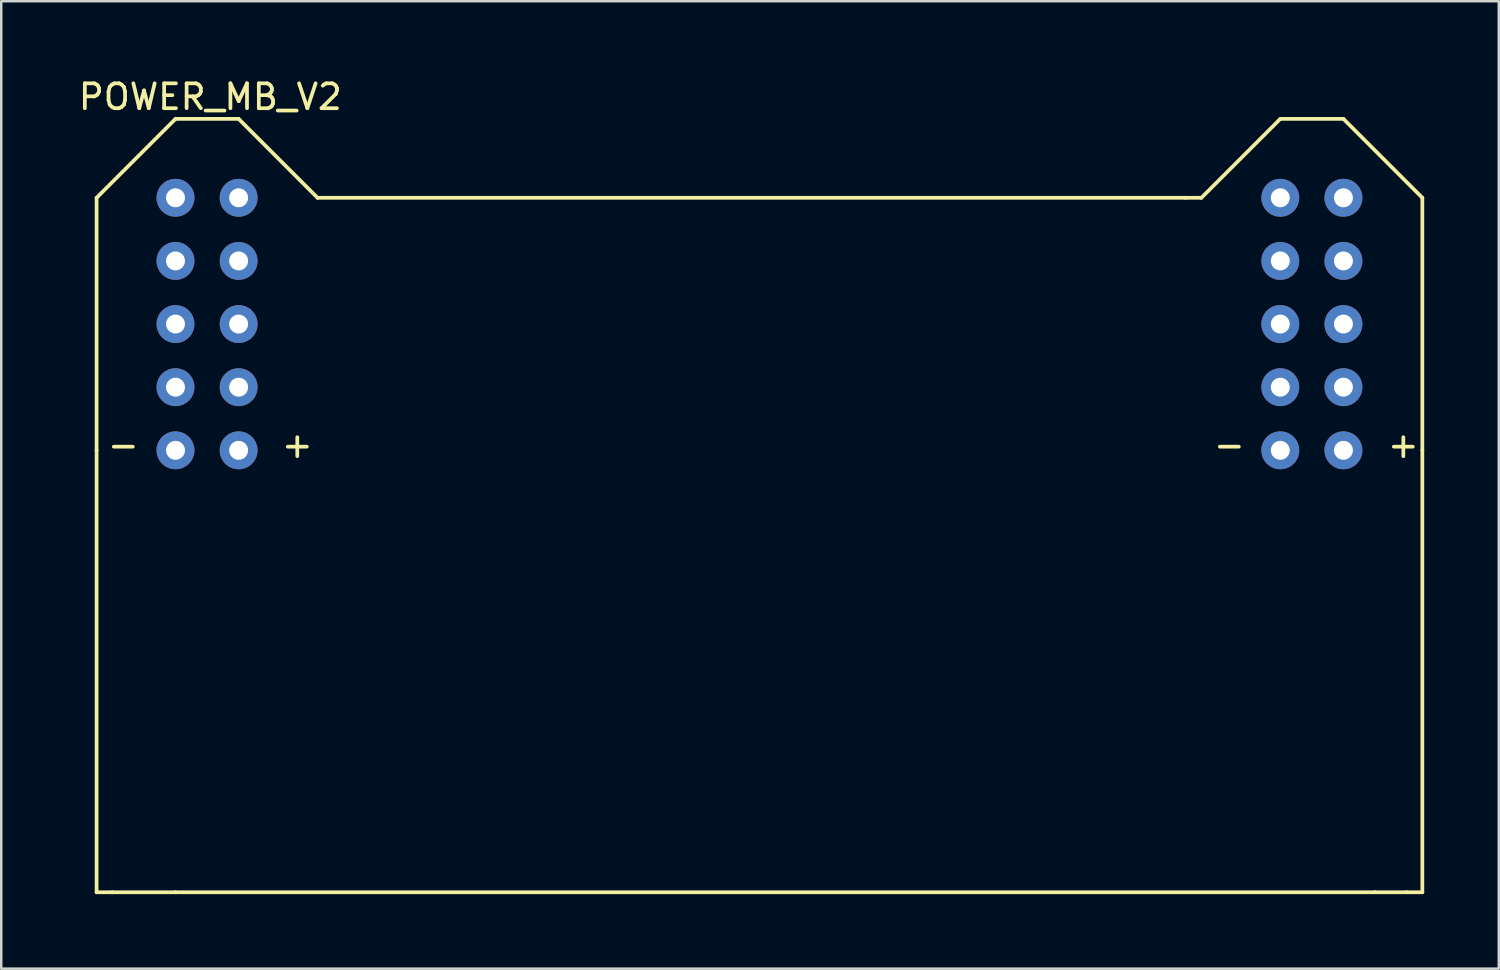
<source format=kicad_pcb>
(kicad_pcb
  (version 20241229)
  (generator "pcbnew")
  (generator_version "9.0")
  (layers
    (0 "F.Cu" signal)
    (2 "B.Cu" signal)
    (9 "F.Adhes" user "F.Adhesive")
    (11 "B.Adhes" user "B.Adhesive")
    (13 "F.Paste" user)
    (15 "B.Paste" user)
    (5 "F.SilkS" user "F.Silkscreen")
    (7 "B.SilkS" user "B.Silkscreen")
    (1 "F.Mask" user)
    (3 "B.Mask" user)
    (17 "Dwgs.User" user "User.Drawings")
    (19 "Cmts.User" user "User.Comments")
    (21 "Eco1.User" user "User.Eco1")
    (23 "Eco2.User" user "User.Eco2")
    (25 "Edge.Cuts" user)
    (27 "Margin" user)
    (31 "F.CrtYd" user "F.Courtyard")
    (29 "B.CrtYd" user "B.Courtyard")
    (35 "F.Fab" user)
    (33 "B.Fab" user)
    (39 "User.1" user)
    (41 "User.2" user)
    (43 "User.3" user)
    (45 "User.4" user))
  (footprint "POWER_MB_V2"
    (layer "F.Cu")
    (at 26.871 9.988)
    (property "Reference" "POWER_MB_V2" (at -21.46 -9.14 0) (layer "F.SilkS") (effects (font (size 1 1) (thickness 0.15))))
    (attr through_hole)
    (fp_line (start -26.035 -5.08) (end -26.035 5.08) (stroke (width 0.15) (type solid)) (layer "F.SilkS"))
    (fp_line (start -26.035 -5.08) (end -22.86 -8.255) (stroke (width 0.15) (type solid)) (layer "F.SilkS"))
    (fp_line (start -26.035 5.08) (end -26.035 22.86) (stroke (width 0.15) (type solid)) (layer "F.SilkS"))
    (fp_line (start -26.035 22.86) (end -25.4 22.86) (stroke (width 0.15) (type solid)) (layer "F.SilkS"))
    (fp_line (start -25.4 22.86) (end -22.86 22.86) (stroke (width 0.15) (type solid)) (layer "F.SilkS"))
    (fp_line (start -22.86 22.86) (end 25.4 22.86) (stroke (width 0.15) (type solid)) (layer "F.SilkS"))
    (fp_line (start -20.32 -8.255) (end -22.86 -8.255) (stroke (width 0.15) (type solid)) (layer "F.SilkS"))
    (fp_line (start -20.32 -8.255) (end -17.145 -5.08) (stroke (width 0.15) (type solid)) (layer "F.SilkS"))
    (fp_line (start -17.145 -5.08) (end 17.78 -5.08) (stroke (width 0.15) (type solid)) (layer "F.SilkS"))
    (fp_line (start 17.78 -5.08) (end 18.415 -5.08) (stroke (width 0.15) (type solid)) (layer "F.SilkS"))
    (fp_line (start 21.59 -8.255) (end 18.415 -5.08) (stroke (width 0.15) (type solid)) (layer "F.SilkS"))
    (fp_line (start 21.59 -8.255) (end 24.13 -8.255) (stroke (width 0.15) (type solid)) (layer "F.SilkS"))
    (fp_line (start 25.4 22.86) (end 26.67 22.86) (stroke (width 0.15) (type solid)) (layer "F.SilkS"))
    (fp_line (start 26.67 22.86) (end 27.305 22.86) (stroke (width 0.15) (type solid)) (layer "F.SilkS"))
    (fp_line (start 27.305 -5.08) (end 24.13 -8.255) (stroke (width 0.15) (type solid)) (layer "F.SilkS"))
    (fp_line (start 27.305 -5.08) (end 27.305 5.08) (stroke (width 0.15) (type solid)) (layer "F.SilkS"))
    (fp_line (start 27.305 5.08) (end 27.305 22.86) (stroke (width 0.15) (type solid)) (layer "F.SilkS"))
    (fp_text user "+" (at 26.54 4.86 0) (layer "F.SilkS") (effects (font (size 1 1) (thickness 0.15))))
    (fp_text user "+" (at -17.96 4.86 0) (layer "F.SilkS") (effects (font (size 1 1) (thickness 0.15))))
    (fp_text user "-" (at 19.54 4.86 0) (layer "F.SilkS") (effects (font (size 1 1) (thickness 0.15))))
    (fp_text user "-" (at -24.96 4.86 0) (layer "F.SilkS") (effects (font (size 1 1) (thickness 0.15))))
    (pad "1" thru_hole circle (at -22.86 -5.08) (size 1.524 1.524) (drill 0.762) (layers "*.Cu" "*.Mask"))
    (pad "2" thru_hole circle (at -20.32 -5.08) (size 1.524 1.524) (drill 0.762) (layers "*.Cu" "*.Mask"))
    (pad "3" thru_hole circle (at -22.86 -2.54) (size 1.524 1.524) (drill 0.762) (layers "*.Cu" "*.Mask"))
    (pad "4" thru_hole circle (at -20.32 -2.54) (size 1.524 1.524) (drill 0.762) (layers "*.Cu" "*.Mask"))
    (pad "5" thru_hole circle (at -22.86 0) (size 1.524 1.524) (drill 0.762) (layers "*.Cu" "*.Mask"))
    (pad "6" thru_hole circle (at -20.32 0) (size 1.524 1.524) (drill 0.762) (layers "*.Cu" "*.Mask"))
    (pad "7" thru_hole circle (at -22.86 2.54) (size 1.524 1.524) (drill 0.762) (layers "*.Cu" "*.Mask"))
    (pad "8" thru_hole circle (at -20.32 2.54) (size 1.524 1.524) (drill 0.762) (layers "*.Cu" "*.Mask"))
    (pad "9" thru_hole circle (at -22.86 5.08) (size 1.524 1.524) (drill 0.762) (layers "*.Cu" "*.Mask"))
    (pad "10" thru_hole circle (at -20.32 5.08) (size 1.524 1.524) (drill 0.762) (layers "*.Cu" "*.Mask"))
    (pad "11" thru_hole circle (at 21.59 -5.08) (size 1.524 1.524) (drill 0.762) (layers "*.Cu" "*.Mask"))
    (pad "12" thru_hole circle (at 24.13 -5.08) (size 1.524 1.524) (drill 0.762) (layers "*.Cu" "*.Mask"))
    (pad "13" thru_hole circle (at 21.59 -2.54) (size 1.524 1.524) (drill 0.762) (layers "*.Cu" "*.Mask"))
    (pad "14" thru_hole circle (at 24.13 -2.54) (size 1.524 1.524) (drill 0.762) (layers "*.Cu" "*.Mask"))
    (pad "15" thru_hole circle (at 21.59 0) (size 1.524 1.524) (drill 0.762) (layers "*.Cu" "*.Mask"))
    (pad "16" thru_hole circle (at 24.13 0) (size 1.524 1.524) (drill 0.762) (layers "*.Cu" "*.Mask"))
    (pad "17" thru_hole circle (at 21.59 2.54) (size 1.524 1.524) (drill 0.762) (layers "*.Cu" "*.Mask"))
    (pad "18" thru_hole circle (at 24.13 2.54) (size 1.524 1.524) (drill 0.762) (layers "*.Cu" "*.Mask"))
    (pad "19" thru_hole circle (at 21.59 5.08) (size 1.524 1.524) (drill 0.762) (layers "*.Cu" "*.Mask"))
    (pad "20" thru_hole circle (at 24.13 5.08) (size 1.524 1.524) (drill 0.762) (layers "*.Cu" "*.Mask")))
  (gr_rect
    (start -3 -3)
    (end 57.251 35.923)
    (stroke (width 0.1) (type default))
    (fill no)
    (layer "Edge.Cuts")))
</source>
